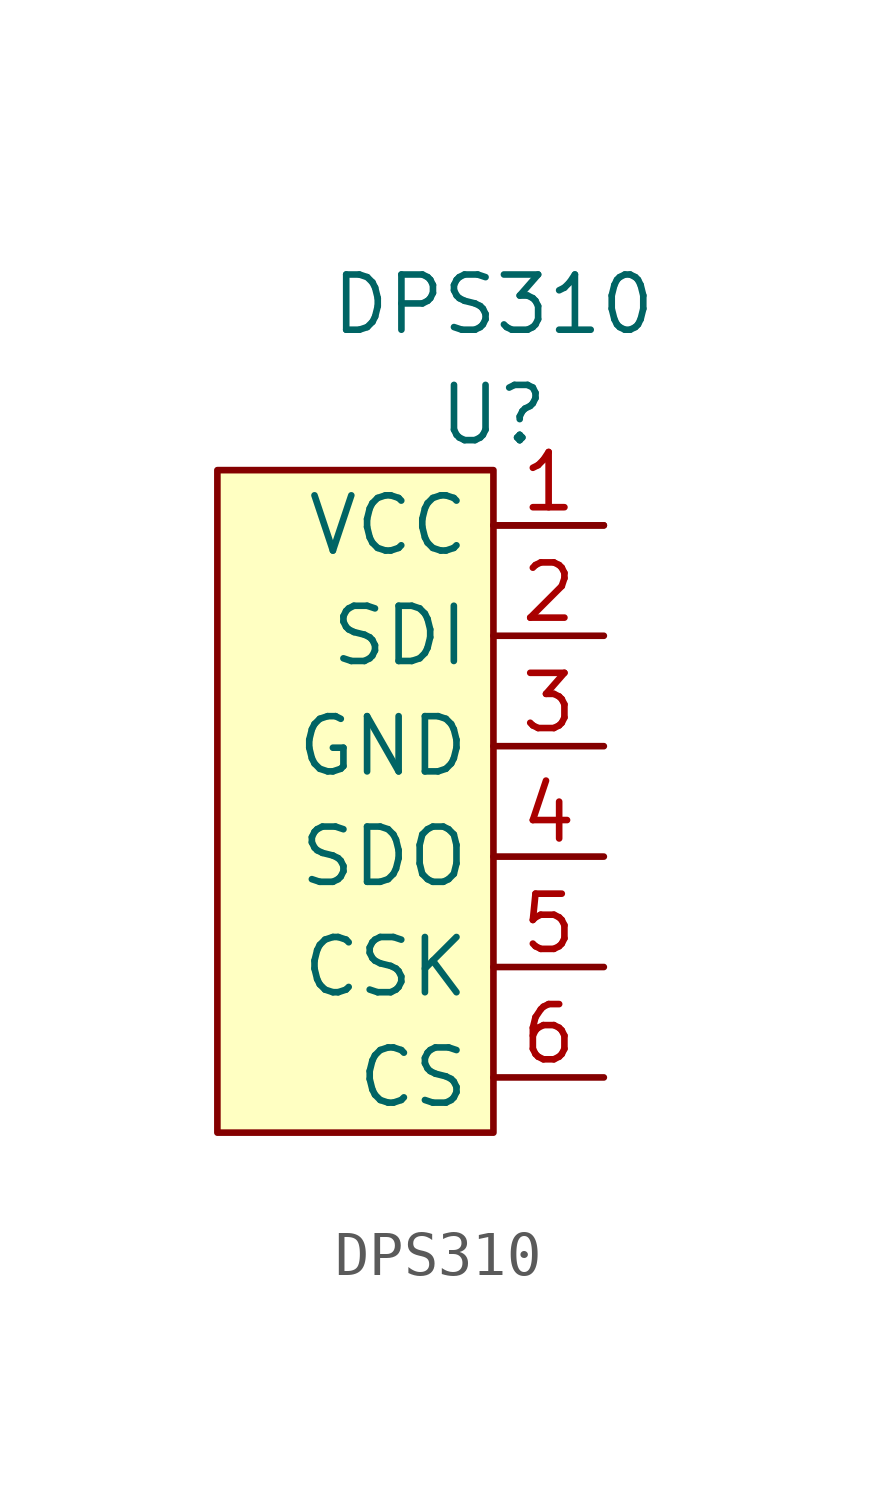
<source format=kicad_sym>
(kicad_symbol_lib
  (version 20231120)
  (generator "kicad_symbol_editor")
  (generator_version "8.0")
  (symbol "DPS310"
    (property "Reference" "U"
      (at -8.89 7.62 0)
      (effects (font (size 1.27 1.27))))
    (property "Value" "DPS310"
      (at -8.89 10.16 0)
      (effects (font (size 1.27 1.27))))
    (symbol "DPS310_0_1"
      (rectangle (start -15.24 6.35) (end -8.89 -8.89) (stroke (width 0) (type default)) (fill (type background))))
    (symbol "DPS310_1_1"
      (pin bidirectional line (at -6.35 5.08 180) (length 2.54) (name "" (effects (font (size 1.27 1.27)))) (number "" (effects (font (size 1.27 1.27)))))
      (pin bidirectional line (at -6.35 5.08 180) (length 2.54) (name "VCC" (effects (font (size 1.27 1.27)))) (number "1" (effects (font (size 1.27 1.27)))))
      (pin bidirectional line (at -6.35 2.54 180) (length 2.54) (name "SDI" (effects (font (size 1.27 1.27)))) (number "2" (effects (font (size 1.27 1.27)))))
      (pin bidirectional line (at -6.35 0 180) (length 2.54) (name "GND" (effects (font (size 1.27 1.27)))) (number "3" (effects (font (size 1.27 1.27)))))
      (pin bidirectional line (at -6.35 -2.54 180) (length 2.54) (name "SDO" (effects (font (size 1.27 1.27)))) (number "4" (effects (font (size 1.27 1.27)))))
      (pin bidirectional line (at -6.35 -5.08 180) (length 2.54) (name "CSK" (effects (font (size 1.27 1.27)))) (number "5" (effects (font (size 1.27 1.27)))))
      (pin bidirectional line (at -6.35 -7.62 180) (length 2.54) (name "CS" (effects (font (size 1.27 1.27)))) (number "6" (effects (font (size 1.27 1.27))))))))
</source>
